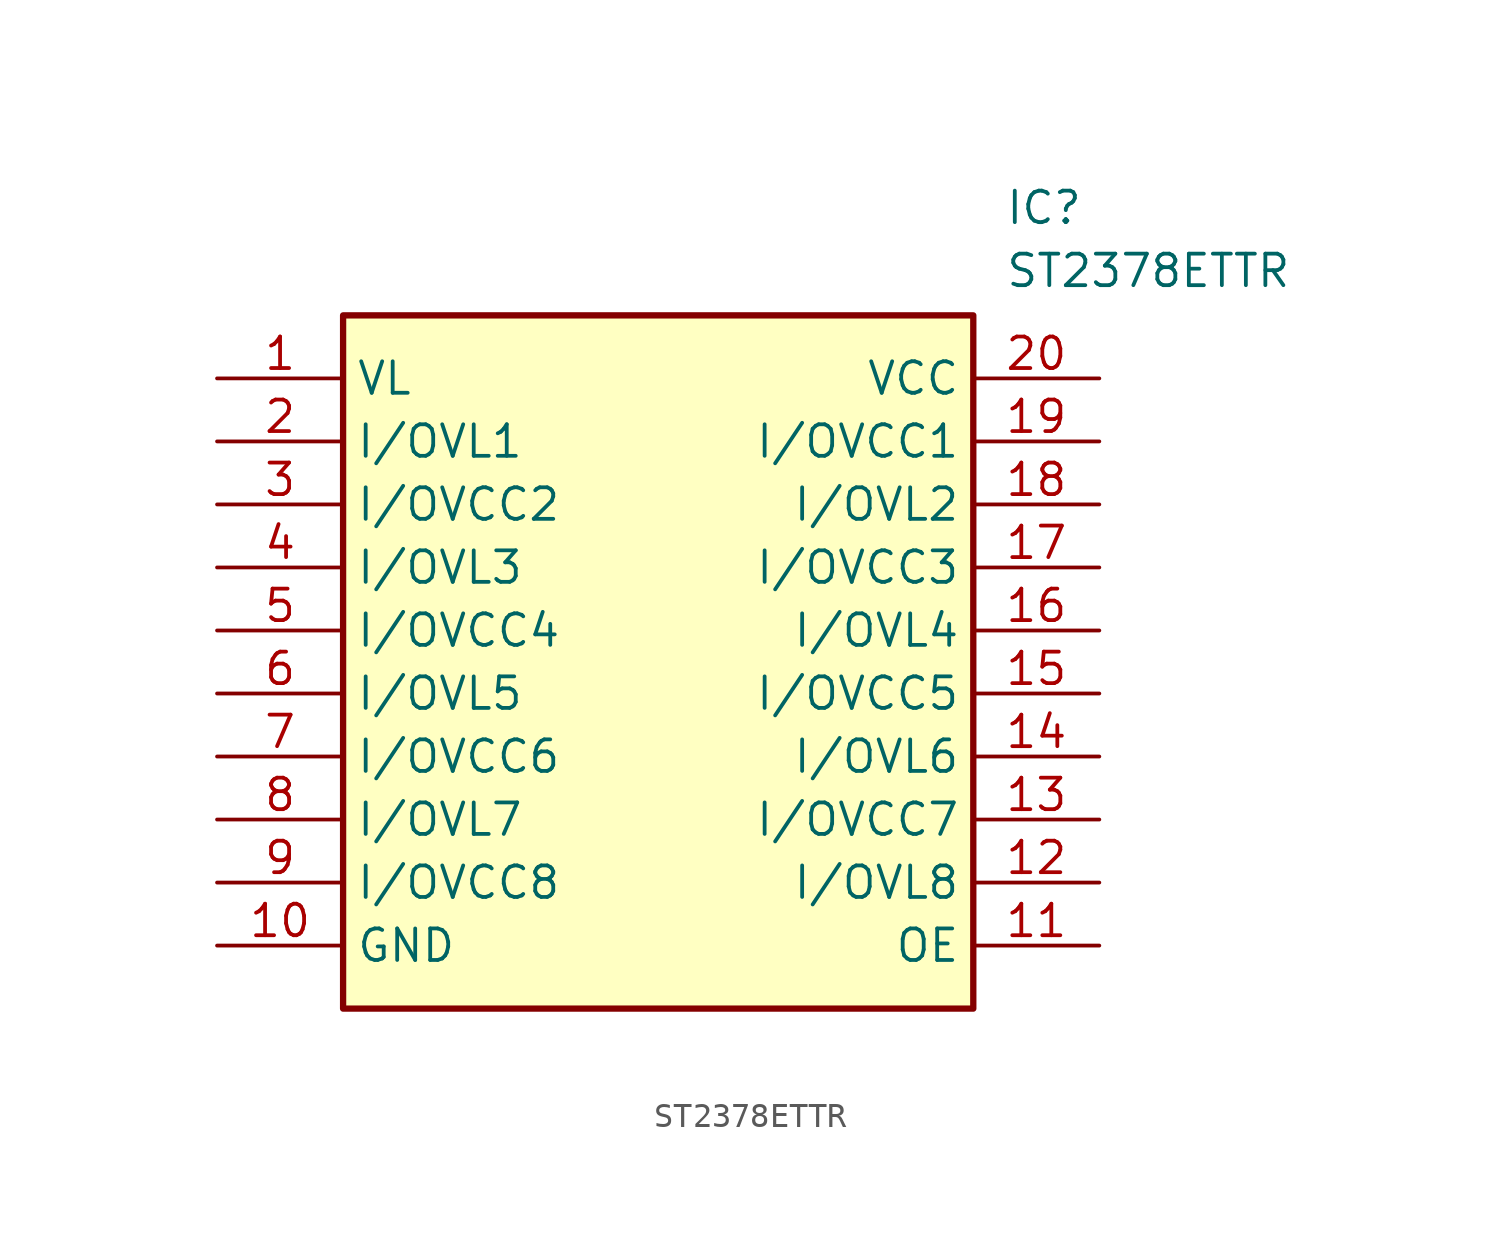
<source format=kicad_sym>
(kicad_symbol_lib
  (version 20211014)
  (generator SamacSys_ECAD_Model)
  (symbol "ST2378ETTR"
    (property "Reference" "IC"
      (at 31.75 7.62 0)
      (effects (font (size 1.27 1.27)) (justify left top)))
    (property "Value" "ST2378ETTR"
      (at 31.75 5.08 0)
      (effects (font (size 1.27 1.27)) (justify left top)))
    (rectangle
      (start 5.08 2.54)
      (end 30.48 -25.4)
      (stroke (width 0.254) (type default))
      (fill (type background)))
    (pin passive line
      (at 0 0 0)
      (length 5.08)
      (name "VL" (effects (font (size 1.27 1.27))))
      (number "1" (effects (font (size 1.27 1.27)))))
    (pin passive line
      (at 0 -2.54 0)
      (length 5.08)
      (name "I/OVL1" (effects (font (size 1.27 1.27))))
      (number "2" (effects (font (size 1.27 1.27)))))
    (pin passive line
      (at 0 -5.08 0)
      (length 5.08)
      (name "I/OVCC2" (effects (font (size 1.27 1.27))))
      (number "3" (effects (font (size 1.27 1.27)))))
    (pin passive line
      (at 0 -7.62 0)
      (length 5.08)
      (name "I/OVL3" (effects (font (size 1.27 1.27))))
      (number "4" (effects (font (size 1.27 1.27)))))
    (pin passive line
      (at 0 -10.16 0)
      (length 5.08)
      (name "I/OVCC4" (effects (font (size 1.27 1.27))))
      (number "5" (effects (font (size 1.27 1.27)))))
    (pin passive line
      (at 0 -12.7 0)
      (length 5.08)
      (name "I/OVL5" (effects (font (size 1.27 1.27))))
      (number "6" (effects (font (size 1.27 1.27)))))
    (pin passive line
      (at 0 -15.24 0)
      (length 5.08)
      (name "I/OVCC6" (effects (font (size 1.27 1.27))))
      (number "7" (effects (font (size 1.27 1.27)))))
    (pin passive line
      (at 0 -17.78 0)
      (length 5.08)
      (name "I/OVL7" (effects (font (size 1.27 1.27))))
      (number "8" (effects (font (size 1.27 1.27)))))
    (pin passive line
      (at 0 -20.32 0)
      (length 5.08)
      (name "I/OVCC8" (effects (font (size 1.27 1.27))))
      (number "9" (effects (font (size 1.27 1.27)))))
    (pin passive line
      (at 0 -22.86 0)
      (length 5.08)
      (name "GND" (effects (font (size 1.27 1.27))))
      (number "10" (effects (font (size 1.27 1.27)))))
    (pin passive line
      (at 35.56 0 180)
      (length 5.08)
      (name "VCC" (effects (font (size 1.27 1.27))))
      (number "20" (effects (font (size 1.27 1.27)))))
    (pin passive line
      (at 35.56 -2.54 180)
      (length 5.08)
      (name "I/OVCC1" (effects (font (size 1.27 1.27))))
      (number "19" (effects (font (size 1.27 1.27)))))
    (pin passive line
      (at 35.56 -5.08 180)
      (length 5.08)
      (name "I/OVL2" (effects (font (size 1.27 1.27))))
      (number "18" (effects (font (size 1.27 1.27)))))
    (pin passive line
      (at 35.56 -7.62 180)
      (length 5.08)
      (name "I/OVCC3" (effects (font (size 1.27 1.27))))
      (number "17" (effects (font (size 1.27 1.27)))))
    (pin passive line
      (at 35.56 -10.16 180)
      (length 5.08)
      (name "I/OVL4" (effects (font (size 1.27 1.27))))
      (number "16" (effects (font (size 1.27 1.27)))))
    (pin passive line
      (at 35.56 -12.7 180)
      (length 5.08)
      (name "I/OVCC5" (effects (font (size 1.27 1.27))))
      (number "15" (effects (font (size 1.27 1.27)))))
    (pin passive line
      (at 35.56 -15.24 180)
      (length 5.08)
      (name "I/OVL6" (effects (font (size 1.27 1.27))))
      (number "14" (effects (font (size 1.27 1.27)))))
    (pin passive line
      (at 35.56 -17.78 180)
      (length 5.08)
      (name "I/OVCC7" (effects (font (size 1.27 1.27))))
      (number "13" (effects (font (size 1.27 1.27)))))
    (pin passive line
      (at 35.56 -20.32 180)
      (length 5.08)
      (name "I/OVL8" (effects (font (size 1.27 1.27))))
      (number "12" (effects (font (size 1.27 1.27)))))
    (pin passive line
      (at 35.56 -22.86 180)
      (length 5.08)
      (name "OE" (effects (font (size 1.27 1.27))))
      (number "11" (effects (font (size 1.27 1.27)))))))
</source>
